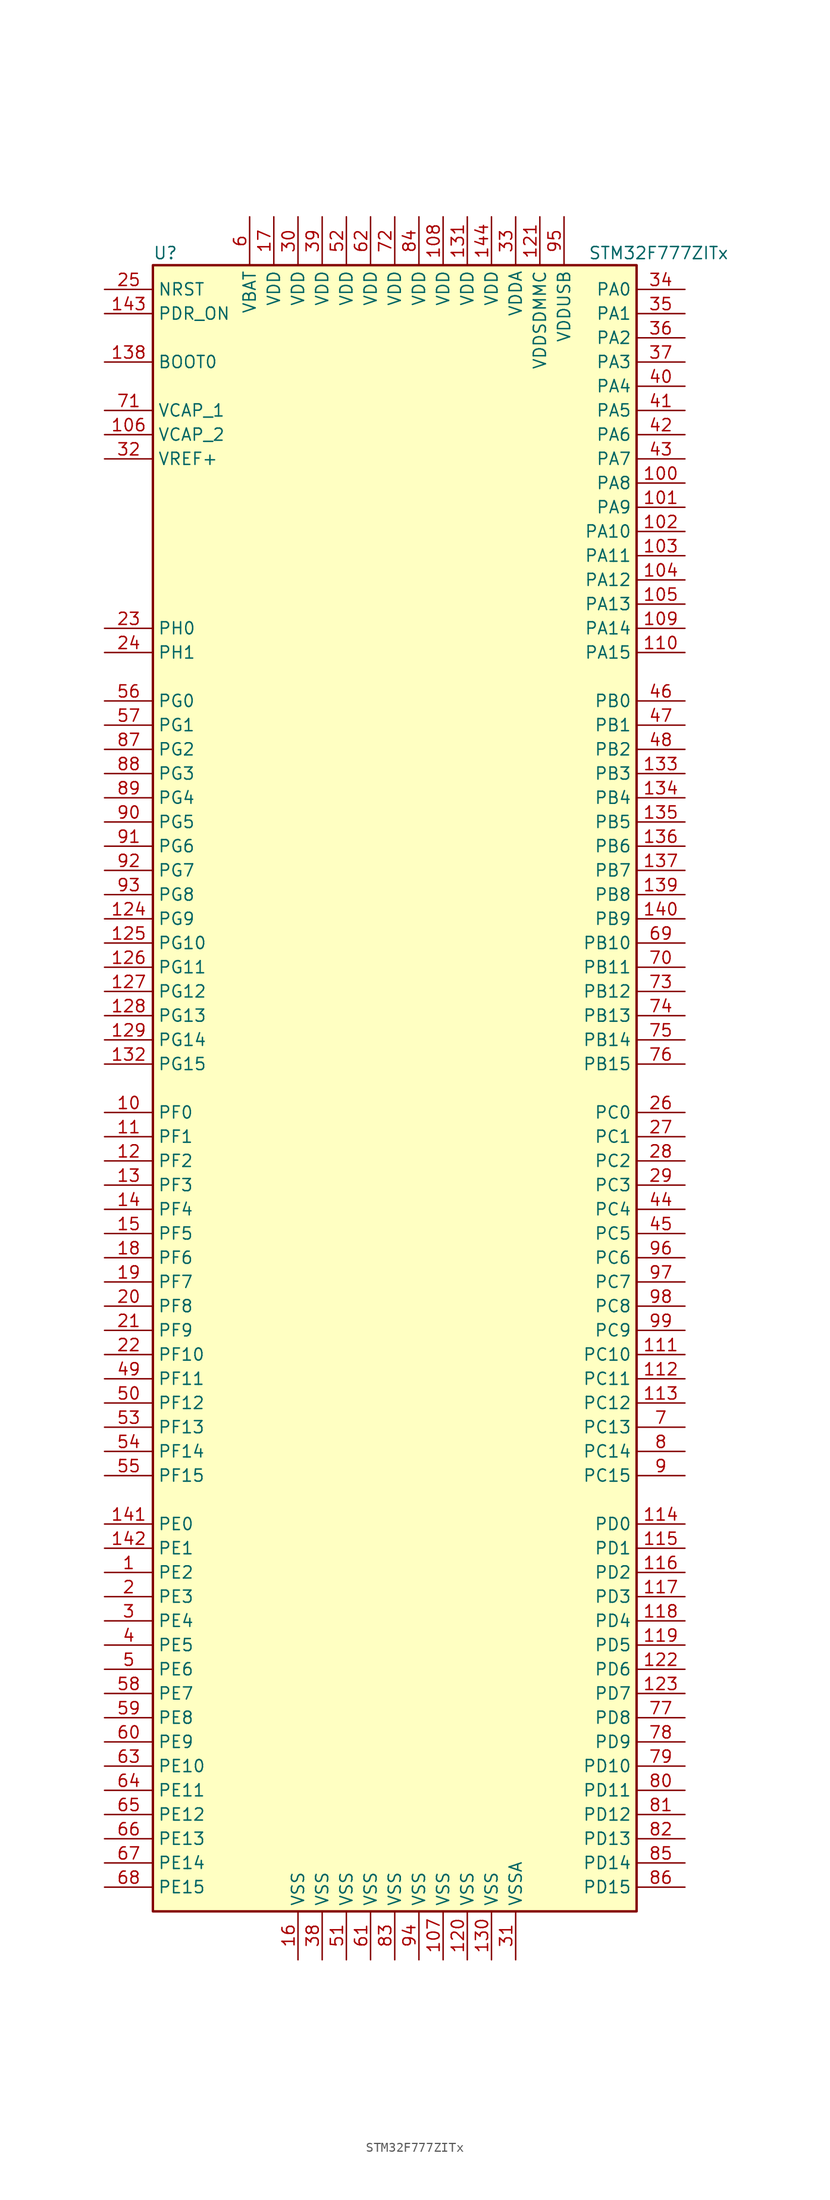
<source format=kicad_sym>
(kicad_symbol_lib
  (version 20211014)
  (generator kicad_symbol_editor)
  (symbol "STM32F777ZITx"
    (property "Reference" "U"
      (at -25.4 87.63 0)
      (effects (font (size 1.27 1.27)) (justify left)))
    (property "Value" "STM32F777ZITx"
      (at 20.32 87.63 0)
      (effects (font (size 1.27 1.27)) (justify left)))
    (symbol "STM32F777ZITx_0_1"
      (rectangle (start -25.4 -86.36) (end 25.4 86.36) (stroke (width 0.254) (type default) (color 0 0 0 0)) (fill (type background))))
    (symbol "STM32F777ZITx_1_1"
      (pin bidirectional line (at -30.48 -50.8 0) (length 5.08) (name "PE2" (effects (font (size 1.27 1.27)))) (number "1" (effects (font (size 1.27 1.27)))))
      (pin bidirectional line (at -30.48 -2.54 0) (length 5.08) (name "PF0" (effects (font (size 1.27 1.27)))) (number "10" (effects (font (size 1.27 1.27)))))
      (pin bidirectional line (at 30.48 63.5 180) (length 5.08) (name "PA8" (effects (font (size 1.27 1.27)))) (number "100" (effects (font (size 1.27 1.27)))))
      (pin bidirectional line (at 30.48 60.96 180) (length 5.08) (name "PA9" (effects (font (size 1.27 1.27)))) (number "101" (effects (font (size 1.27 1.27)))))
      (pin bidirectional line (at 30.48 58.42 180) (length 5.08) (name "PA10" (effects (font (size 1.27 1.27)))) (number "102" (effects (font (size 1.27 1.27)))))
      (pin bidirectional line (at 30.48 55.88 180) (length 5.08) (name "PA11" (effects (font (size 1.27 1.27)))) (number "103" (effects (font (size 1.27 1.27)))))
      (pin bidirectional line (at 30.48 53.34 180) (length 5.08) (name "PA12" (effects (font (size 1.27 1.27)))) (number "104" (effects (font (size 1.27 1.27)))))
      (pin bidirectional line (at 30.48 50.8 180) (length 5.08) (name "PA13" (effects (font (size 1.27 1.27)))) (number "105" (effects (font (size 1.27 1.27)))))
      (pin power_in line (at -30.48 68.58 0) (length 5.08) (name "VCAP_2" (effects (font (size 1.27 1.27)))) (number "106" (effects (font (size 1.27 1.27)))))
      (pin power_in line (at 5.08 -91.44 90) (length 5.08) (name "VSS" (effects (font (size 1.27 1.27)))) (number "107" (effects (font (size 1.27 1.27)))))
      (pin power_in line (at 5.08 91.44 270) (length 5.08) (name "VDD" (effects (font (size 1.27 1.27)))) (number "108" (effects (font (size 1.27 1.27)))))
      (pin bidirectional line (at 30.48 48.26 180) (length 5.08) (name "PA14" (effects (font (size 1.27 1.27)))) (number "109" (effects (font (size 1.27 1.27)))))
      (pin bidirectional line (at -30.48 -5.08 0) (length 5.08) (name "PF1" (effects (font (size 1.27 1.27)))) (number "11" (effects (font (size 1.27 1.27)))))
      (pin bidirectional line (at 30.48 45.72 180) (length 5.08) (name "PA15" (effects (font (size 1.27 1.27)))) (number "110" (effects (font (size 1.27 1.27)))))
      (pin bidirectional line (at 30.48 -27.94 180) (length 5.08) (name "PC10" (effects (font (size 1.27 1.27)))) (number "111" (effects (font (size 1.27 1.27)))))
      (pin bidirectional line (at 30.48 -30.48 180) (length 5.08) (name "PC11" (effects (font (size 1.27 1.27)))) (number "112" (effects (font (size 1.27 1.27)))))
      (pin bidirectional line (at 30.48 -33.02 180) (length 5.08) (name "PC12" (effects (font (size 1.27 1.27)))) (number "113" (effects (font (size 1.27 1.27)))))
      (pin bidirectional line (at 30.48 -45.72 180) (length 5.08) (name "PD0" (effects (font (size 1.27 1.27)))) (number "114" (effects (font (size 1.27 1.27)))))
      (pin bidirectional line (at 30.48 -48.26 180) (length 5.08) (name "PD1" (effects (font (size 1.27 1.27)))) (number "115" (effects (font (size 1.27 1.27)))))
      (pin bidirectional line (at 30.48 -50.8 180) (length 5.08) (name "PD2" (effects (font (size 1.27 1.27)))) (number "116" (effects (font (size 1.27 1.27)))))
      (pin bidirectional line (at 30.48 -53.34 180) (length 5.08) (name "PD3" (effects (font (size 1.27 1.27)))) (number "117" (effects (font (size 1.27 1.27)))))
      (pin bidirectional line (at 30.48 -55.88 180) (length 5.08) (name "PD4" (effects (font (size 1.27 1.27)))) (number "118" (effects (font (size 1.27 1.27)))))
      (pin bidirectional line (at 30.48 -58.42 180) (length 5.08) (name "PD5" (effects (font (size 1.27 1.27)))) (number "119" (effects (font (size 1.27 1.27)))))
      (pin bidirectional line (at -30.48 -7.62 0) (length 5.08) (name "PF2" (effects (font (size 1.27 1.27)))) (number "12" (effects (font (size 1.27 1.27)))))
      (pin power_in line (at 7.62 -91.44 90) (length 5.08) (name "VSS" (effects (font (size 1.27 1.27)))) (number "120" (effects (font (size 1.27 1.27)))))
      (pin power_in line (at 15.24 91.44 270) (length 5.08) (name "VDDSDMMC" (effects (font (size 1.27 1.27)))) (number "121" (effects (font (size 1.27 1.27)))))
      (pin bidirectional line (at 30.48 -60.96 180) (length 5.08) (name "PD6" (effects (font (size 1.27 1.27)))) (number "122" (effects (font (size 1.27 1.27)))))
      (pin bidirectional line (at 30.48 -63.5 180) (length 5.08) (name "PD7" (effects (font (size 1.27 1.27)))) (number "123" (effects (font (size 1.27 1.27)))))
      (pin bidirectional line (at -30.48 17.78 0) (length 5.08) (name "PG9" (effects (font (size 1.27 1.27)))) (number "124" (effects (font (size 1.27 1.27)))))
      (pin bidirectional line (at -30.48 15.24 0) (length 5.08) (name "PG10" (effects (font (size 1.27 1.27)))) (number "125" (effects (font (size 1.27 1.27)))))
      (pin bidirectional line (at -30.48 12.7 0) (length 5.08) (name "PG11" (effects (font (size 1.27 1.27)))) (number "126" (effects (font (size 1.27 1.27)))))
      (pin bidirectional line (at -30.48 10.16 0) (length 5.08) (name "PG12" (effects (font (size 1.27 1.27)))) (number "127" (effects (font (size 1.27 1.27)))))
      (pin bidirectional line (at -30.48 7.62 0) (length 5.08) (name "PG13" (effects (font (size 1.27 1.27)))) (number "128" (effects (font (size 1.27 1.27)))))
      (pin bidirectional line (at -30.48 5.08 0) (length 5.08) (name "PG14" (effects (font (size 1.27 1.27)))) (number "129" (effects (font (size 1.27 1.27)))))
      (pin bidirectional line (at -30.48 -10.16 0) (length 5.08) (name "PF3" (effects (font (size 1.27 1.27)))) (number "13" (effects (font (size 1.27 1.27)))))
      (pin power_in line (at 10.16 -91.44 90) (length 5.08) (name "VSS" (effects (font (size 1.27 1.27)))) (number "130" (effects (font (size 1.27 1.27)))))
      (pin power_in line (at 7.62 91.44 270) (length 5.08) (name "VDD" (effects (font (size 1.27 1.27)))) (number "131" (effects (font (size 1.27 1.27)))))
      (pin bidirectional line (at -30.48 2.54 0) (length 5.08) (name "PG15" (effects (font (size 1.27 1.27)))) (number "132" (effects (font (size 1.27 1.27)))))
      (pin bidirectional line (at 30.48 33.02 180) (length 5.08) (name "PB3" (effects (font (size 1.27 1.27)))) (number "133" (effects (font (size 1.27 1.27)))))
      (pin bidirectional line (at 30.48 30.48 180) (length 5.08) (name "PB4" (effects (font (size 1.27 1.27)))) (number "134" (effects (font (size 1.27 1.27)))))
      (pin bidirectional line (at 30.48 27.94 180) (length 5.08) (name "PB5" (effects (font (size 1.27 1.27)))) (number "135" (effects (font (size 1.27 1.27)))))
      (pin bidirectional line (at 30.48 25.4 180) (length 5.08) (name "PB6" (effects (font (size 1.27 1.27)))) (number "136" (effects (font (size 1.27 1.27)))))
      (pin bidirectional line (at 30.48 22.86 180) (length 5.08) (name "PB7" (effects (font (size 1.27 1.27)))) (number "137" (effects (font (size 1.27 1.27)))))
      (pin input line (at -30.48 76.2 0) (length 5.08) (name "BOOT0" (effects (font (size 1.27 1.27)))) (number "138" (effects (font (size 1.27 1.27)))))
      (pin bidirectional line (at 30.48 20.32 180) (length 5.08) (name "PB8" (effects (font (size 1.27 1.27)))) (number "139" (effects (font (size 1.27 1.27)))))
      (pin bidirectional line (at -30.48 -12.7 0) (length 5.08) (name "PF4" (effects (font (size 1.27 1.27)))) (number "14" (effects (font (size 1.27 1.27)))))
      (pin bidirectional line (at 30.48 17.78 180) (length 5.08) (name "PB9" (effects (font (size 1.27 1.27)))) (number "140" (effects (font (size 1.27 1.27)))))
      (pin bidirectional line (at -30.48 -45.72 0) (length 5.08) (name "PE0" (effects (font (size 1.27 1.27)))) (number "141" (effects (font (size 1.27 1.27)))))
      (pin bidirectional line (at -30.48 -48.26 0) (length 5.08) (name "PE1" (effects (font (size 1.27 1.27)))) (number "142" (effects (font (size 1.27 1.27)))))
      (pin input line (at -30.48 81.28 0) (length 5.08) (name "PDR_ON" (effects (font (size 1.27 1.27)))) (number "143" (effects (font (size 1.27 1.27)))))
      (pin power_in line (at 10.16 91.44 270) (length 5.08) (name "VDD" (effects (font (size 1.27 1.27)))) (number "144" (effects (font (size 1.27 1.27)))))
      (pin bidirectional line (at -30.48 -15.24 0) (length 5.08) (name "PF5" (effects (font (size 1.27 1.27)))) (number "15" (effects (font (size 1.27 1.27)))))
      (pin power_in line (at -10.16 -91.44 90) (length 5.08) (name "VSS" (effects (font (size 1.27 1.27)))) (number "16" (effects (font (size 1.27 1.27)))))
      (pin power_in line (at -12.7 91.44 270) (length 5.08) (name "VDD" (effects (font (size 1.27 1.27)))) (number "17" (effects (font (size 1.27 1.27)))))
      (pin bidirectional line (at -30.48 -17.78 0) (length 5.08) (name "PF6" (effects (font (size 1.27 1.27)))) (number "18" (effects (font (size 1.27 1.27)))))
      (pin bidirectional line (at -30.48 -20.32 0) (length 5.08) (name "PF7" (effects (font (size 1.27 1.27)))) (number "19" (effects (font (size 1.27 1.27)))))
      (pin bidirectional line (at -30.48 -53.34 0) (length 5.08) (name "PE3" (effects (font (size 1.27 1.27)))) (number "2" (effects (font (size 1.27 1.27)))))
      (pin bidirectional line (at -30.48 -22.86 0) (length 5.08) (name "PF8" (effects (font (size 1.27 1.27)))) (number "20" (effects (font (size 1.27 1.27)))))
      (pin bidirectional line (at -30.48 -25.4 0) (length 5.08) (name "PF9" (effects (font (size 1.27 1.27)))) (number "21" (effects (font (size 1.27 1.27)))))
      (pin bidirectional line (at -30.48 -27.94 0) (length 5.08) (name "PF10" (effects (font (size 1.27 1.27)))) (number "22" (effects (font (size 1.27 1.27)))))
      (pin input line (at -30.48 48.26 0) (length 5.08) (name "PH0" (effects (font (size 1.27 1.27)))) (number "23" (effects (font (size 1.27 1.27)))))
      (pin input line (at -30.48 45.72 0) (length 5.08) (name "PH1" (effects (font (size 1.27 1.27)))) (number "24" (effects (font (size 1.27 1.27)))))
      (pin input line (at -30.48 83.82 0) (length 5.08) (name "NRST" (effects (font (size 1.27 1.27)))) (number "25" (effects (font (size 1.27 1.27)))))
      (pin bidirectional line (at 30.48 -2.54 180) (length 5.08) (name "PC0" (effects (font (size 1.27 1.27)))) (number "26" (effects (font (size 1.27 1.27)))))
      (pin bidirectional line (at 30.48 -5.08 180) (length 5.08) (name "PC1" (effects (font (size 1.27 1.27)))) (number "27" (effects (font (size 1.27 1.27)))))
      (pin bidirectional line (at 30.48 -7.62 180) (length 5.08) (name "PC2" (effects (font (size 1.27 1.27)))) (number "28" (effects (font (size 1.27 1.27)))))
      (pin bidirectional line (at 30.48 -10.16 180) (length 5.08) (name "PC3" (effects (font (size 1.27 1.27)))) (number "29" (effects (font (size 1.27 1.27)))))
      (pin bidirectional line (at -30.48 -55.88 0) (length 5.08) (name "PE4" (effects (font (size 1.27 1.27)))) (number "3" (effects (font (size 1.27 1.27)))))
      (pin power_in line (at -10.16 91.44 270) (length 5.08) (name "VDD" (effects (font (size 1.27 1.27)))) (number "30" (effects (font (size 1.27 1.27)))))
      (pin power_in line (at 12.7 -91.44 90) (length 5.08) (name "VSSA" (effects (font (size 1.27 1.27)))) (number "31" (effects (font (size 1.27 1.27)))))
      (pin power_in line (at -30.48 66.04 0) (length 5.08) (name "VREF+" (effects (font (size 1.27 1.27)))) (number "32" (effects (font (size 1.27 1.27)))))
      (pin power_in line (at 12.7 91.44 270) (length 5.08) (name "VDDA" (effects (font (size 1.27 1.27)))) (number "33" (effects (font (size 1.27 1.27)))))
      (pin bidirectional line (at 30.48 83.82 180) (length 5.08) (name "PA0" (effects (font (size 1.27 1.27)))) (number "34" (effects (font (size 1.27 1.27)))))
      (pin bidirectional line (at 30.48 81.28 180) (length 5.08) (name "PA1" (effects (font (size 1.27 1.27)))) (number "35" (effects (font (size 1.27 1.27)))))
      (pin bidirectional line (at 30.48 78.74 180) (length 5.08) (name "PA2" (effects (font (size 1.27 1.27)))) (number "36" (effects (font (size 1.27 1.27)))))
      (pin bidirectional line (at 30.48 76.2 180) (length 5.08) (name "PA3" (effects (font (size 1.27 1.27)))) (number "37" (effects (font (size 1.27 1.27)))))
      (pin power_in line (at -7.62 -91.44 90) (length 5.08) (name "VSS" (effects (font (size 1.27 1.27)))) (number "38" (effects (font (size 1.27 1.27)))))
      (pin power_in line (at -7.62 91.44 270) (length 5.08) (name "VDD" (effects (font (size 1.27 1.27)))) (number "39" (effects (font (size 1.27 1.27)))))
      (pin bidirectional line (at -30.48 -58.42 0) (length 5.08) (name "PE5" (effects (font (size 1.27 1.27)))) (number "4" (effects (font (size 1.27 1.27)))))
      (pin bidirectional line (at 30.48 73.66 180) (length 5.08) (name "PA4" (effects (font (size 1.27 1.27)))) (number "40" (effects (font (size 1.27 1.27)))))
      (pin bidirectional line (at 30.48 71.12 180) (length 5.08) (name "PA5" (effects (font (size 1.27 1.27)))) (number "41" (effects (font (size 1.27 1.27)))))
      (pin bidirectional line (at 30.48 68.58 180) (length 5.08) (name "PA6" (effects (font (size 1.27 1.27)))) (number "42" (effects (font (size 1.27 1.27)))))
      (pin bidirectional line (at 30.48 66.04 180) (length 5.08) (name "PA7" (effects (font (size 1.27 1.27)))) (number "43" (effects (font (size 1.27 1.27)))))
      (pin bidirectional line (at 30.48 -12.7 180) (length 5.08) (name "PC4" (effects (font (size 1.27 1.27)))) (number "44" (effects (font (size 1.27 1.27)))))
      (pin bidirectional line (at 30.48 -15.24 180) (length 5.08) (name "PC5" (effects (font (size 1.27 1.27)))) (number "45" (effects (font (size 1.27 1.27)))))
      (pin bidirectional line (at 30.48 40.64 180) (length 5.08) (name "PB0" (effects (font (size 1.27 1.27)))) (number "46" (effects (font (size 1.27 1.27)))))
      (pin bidirectional line (at 30.48 38.1 180) (length 5.08) (name "PB1" (effects (font (size 1.27 1.27)))) (number "47" (effects (font (size 1.27 1.27)))))
      (pin bidirectional line (at 30.48 35.56 180) (length 5.08) (name "PB2" (effects (font (size 1.27 1.27)))) (number "48" (effects (font (size 1.27 1.27)))))
      (pin bidirectional line (at -30.48 -30.48 0) (length 5.08) (name "PF11" (effects (font (size 1.27 1.27)))) (number "49" (effects (font (size 1.27 1.27)))))
      (pin bidirectional line (at -30.48 -60.96 0) (length 5.08) (name "PE6" (effects (font (size 1.27 1.27)))) (number "5" (effects (font (size 1.27 1.27)))))
      (pin bidirectional line (at -30.48 -33.02 0) (length 5.08) (name "PF12" (effects (font (size 1.27 1.27)))) (number "50" (effects (font (size 1.27 1.27)))))
      (pin power_in line (at -5.08 -91.44 90) (length 5.08) (name "VSS" (effects (font (size 1.27 1.27)))) (number "51" (effects (font (size 1.27 1.27)))))
      (pin power_in line (at -5.08 91.44 270) (length 5.08) (name "VDD" (effects (font (size 1.27 1.27)))) (number "52" (effects (font (size 1.27 1.27)))))
      (pin bidirectional line (at -30.48 -35.56 0) (length 5.08) (name "PF13" (effects (font (size 1.27 1.27)))) (number "53" (effects (font (size 1.27 1.27)))))
      (pin bidirectional line (at -30.48 -38.1 0) (length 5.08) (name "PF14" (effects (font (size 1.27 1.27)))) (number "54" (effects (font (size 1.27 1.27)))))
      (pin bidirectional line (at -30.48 -40.64 0) (length 5.08) (name "PF15" (effects (font (size 1.27 1.27)))) (number "55" (effects (font (size 1.27 1.27)))))
      (pin bidirectional line (at -30.48 40.64 0) (length 5.08) (name "PG0" (effects (font (size 1.27 1.27)))) (number "56" (effects (font (size 1.27 1.27)))))
      (pin bidirectional line (at -30.48 38.1 0) (length 5.08) (name "PG1" (effects (font (size 1.27 1.27)))) (number "57" (effects (font (size 1.27 1.27)))))
      (pin bidirectional line (at -30.48 -63.5 0) (length 5.08) (name "PE7" (effects (font (size 1.27 1.27)))) (number "58" (effects (font (size 1.27 1.27)))))
      (pin bidirectional line (at -30.48 -66.04 0) (length 5.08) (name "PE8" (effects (font (size 1.27 1.27)))) (number "59" (effects (font (size 1.27 1.27)))))
      (pin power_in line (at -15.24 91.44 270) (length 5.08) (name "VBAT" (effects (font (size 1.27 1.27)))) (number "6" (effects (font (size 1.27 1.27)))))
      (pin bidirectional line (at -30.48 -68.58 0) (length 5.08) (name "PE9" (effects (font (size 1.27 1.27)))) (number "60" (effects (font (size 1.27 1.27)))))
      (pin power_in line (at -2.54 -91.44 90) (length 5.08) (name "VSS" (effects (font (size 1.27 1.27)))) (number "61" (effects (font (size 1.27 1.27)))))
      (pin power_in line (at -2.54 91.44 270) (length 5.08) (name "VDD" (effects (font (size 1.27 1.27)))) (number "62" (effects (font (size 1.27 1.27)))))
      (pin bidirectional line (at -30.48 -71.12 0) (length 5.08) (name "PE10" (effects (font (size 1.27 1.27)))) (number "63" (effects (font (size 1.27 1.27)))))
      (pin bidirectional line (at -30.48 -73.66 0) (length 5.08) (name "PE11" (effects (font (size 1.27 1.27)))) (number "64" (effects (font (size 1.27 1.27)))))
      (pin bidirectional line (at -30.48 -76.2 0) (length 5.08) (name "PE12" (effects (font (size 1.27 1.27)))) (number "65" (effects (font (size 1.27 1.27)))))
      (pin bidirectional line (at -30.48 -78.74 0) (length 5.08) (name "PE13" (effects (font (size 1.27 1.27)))) (number "66" (effects (font (size 1.27 1.27)))))
      (pin bidirectional line (at -30.48 -81.28 0) (length 5.08) (name "PE14" (effects (font (size 1.27 1.27)))) (number "67" (effects (font (size 1.27 1.27)))))
      (pin bidirectional line (at -30.48 -83.82 0) (length 5.08) (name "PE15" (effects (font (size 1.27 1.27)))) (number "68" (effects (font (size 1.27 1.27)))))
      (pin bidirectional line (at 30.48 15.24 180) (length 5.08) (name "PB10" (effects (font (size 1.27 1.27)))) (number "69" (effects (font (size 1.27 1.27)))))
      (pin bidirectional line (at 30.48 -35.56 180) (length 5.08) (name "PC13" (effects (font (size 1.27 1.27)))) (number "7" (effects (font (size 1.27 1.27)))))
      (pin bidirectional line (at 30.48 12.7 180) (length 5.08) (name "PB11" (effects (font (size 1.27 1.27)))) (number "70" (effects (font (size 1.27 1.27)))))
      (pin power_in line (at -30.48 71.12 0) (length 5.08) (name "VCAP_1" (effects (font (size 1.27 1.27)))) (number "71" (effects (font (size 1.27 1.27)))))
      (pin power_in line (at 0 91.44 270) (length 5.08) (name "VDD" (effects (font (size 1.27 1.27)))) (number "72" (effects (font (size 1.27 1.27)))))
      (pin bidirectional line (at 30.48 10.16 180) (length 5.08) (name "PB12" (effects (font (size 1.27 1.27)))) (number "73" (effects (font (size 1.27 1.27)))))
      (pin bidirectional line (at 30.48 7.62 180) (length 5.08) (name "PB13" (effects (font (size 1.27 1.27)))) (number "74" (effects (font (size 1.27 1.27)))))
      (pin bidirectional line (at 30.48 5.08 180) (length 5.08) (name "PB14" (effects (font (size 1.27 1.27)))) (number "75" (effects (font (size 1.27 1.27)))))
      (pin bidirectional line (at 30.48 2.54 180) (length 5.08) (name "PB15" (effects (font (size 1.27 1.27)))) (number "76" (effects (font (size 1.27 1.27)))))
      (pin bidirectional line (at 30.48 -66.04 180) (length 5.08) (name "PD8" (effects (font (size 1.27 1.27)))) (number "77" (effects (font (size 1.27 1.27)))))
      (pin bidirectional line (at 30.48 -68.58 180) (length 5.08) (name "PD9" (effects (font (size 1.27 1.27)))) (number "78" (effects (font (size 1.27 1.27)))))
      (pin bidirectional line (at 30.48 -71.12 180) (length 5.08) (name "PD10" (effects (font (size 1.27 1.27)))) (number "79" (effects (font (size 1.27 1.27)))))
      (pin bidirectional line (at 30.48 -38.1 180) (length 5.08) (name "PC14" (effects (font (size 1.27 1.27)))) (number "8" (effects (font (size 1.27 1.27)))))
      (pin bidirectional line (at 30.48 -73.66 180) (length 5.08) (name "PD11" (effects (font (size 1.27 1.27)))) (number "80" (effects (font (size 1.27 1.27)))))
      (pin bidirectional line (at 30.48 -76.2 180) (length 5.08) (name "PD12" (effects (font (size 1.27 1.27)))) (number "81" (effects (font (size 1.27 1.27)))))
      (pin bidirectional line (at 30.48 -78.74 180) (length 5.08) (name "PD13" (effects (font (size 1.27 1.27)))) (number "82" (effects (font (size 1.27 1.27)))))
      (pin power_in line (at 0 -91.44 90) (length 5.08) (name "VSS" (effects (font (size 1.27 1.27)))) (number "83" (effects (font (size 1.27 1.27)))))
      (pin power_in line (at 2.54 91.44 270) (length 5.08) (name "VDD" (effects (font (size 1.27 1.27)))) (number "84" (effects (font (size 1.27 1.27)))))
      (pin bidirectional line (at 30.48 -81.28 180) (length 5.08) (name "PD14" (effects (font (size 1.27 1.27)))) (number "85" (effects (font (size 1.27 1.27)))))
      (pin bidirectional line (at 30.48 -83.82 180) (length 5.08) (name "PD15" (effects (font (size 1.27 1.27)))) (number "86" (effects (font (size 1.27 1.27)))))
      (pin bidirectional line (at -30.48 35.56 0) (length 5.08) (name "PG2" (effects (font (size 1.27 1.27)))) (number "87" (effects (font (size 1.27 1.27)))))
      (pin bidirectional line (at -30.48 33.02 0) (length 5.08) (name "PG3" (effects (font (size 1.27 1.27)))) (number "88" (effects (font (size 1.27 1.27)))))
      (pin bidirectional line (at -30.48 30.48 0) (length 5.08) (name "PG4" (effects (font (size 1.27 1.27)))) (number "89" (effects (font (size 1.27 1.27)))))
      (pin bidirectional line (at 30.48 -40.64 180) (length 5.08) (name "PC15" (effects (font (size 1.27 1.27)))) (number "9" (effects (font (size 1.27 1.27)))))
      (pin bidirectional line (at -30.48 27.94 0) (length 5.08) (name "PG5" (effects (font (size 1.27 1.27)))) (number "90" (effects (font (size 1.27 1.27)))))
      (pin bidirectional line (at -30.48 25.4 0) (length 5.08) (name "PG6" (effects (font (size 1.27 1.27)))) (number "91" (effects (font (size 1.27 1.27)))))
      (pin bidirectional line (at -30.48 22.86 0) (length 5.08) (name "PG7" (effects (font (size 1.27 1.27)))) (number "92" (effects (font (size 1.27 1.27)))))
      (pin bidirectional line (at -30.48 20.32 0) (length 5.08) (name "PG8" (effects (font (size 1.27 1.27)))) (number "93" (effects (font (size 1.27 1.27)))))
      (pin power_in line (at 2.54 -91.44 90) (length 5.08) (name "VSS" (effects (font (size 1.27 1.27)))) (number "94" (effects (font (size 1.27 1.27)))))
      (pin power_in line (at 17.78 91.44 270) (length 5.08) (name "VDDUSB" (effects (font (size 1.27 1.27)))) (number "95" (effects (font (size 1.27 1.27)))))
      (pin bidirectional line (at 30.48 -17.78 180) (length 5.08) (name "PC6" (effects (font (size 1.27 1.27)))) (number "96" (effects (font (size 1.27 1.27)))))
      (pin bidirectional line (at 30.48 -20.32 180) (length 5.08) (name "PC7" (effects (font (size 1.27 1.27)))) (number "97" (effects (font (size 1.27 1.27)))))
      (pin bidirectional line (at 30.48 -22.86 180) (length 5.08) (name "PC8" (effects (font (size 1.27 1.27)))) (number "98" (effects (font (size 1.27 1.27)))))
      (pin bidirectional line (at 30.48 -25.4 180) (length 5.08) (name "PC9" (effects (font (size 1.27 1.27)))) (number "99" (effects (font (size 1.27 1.27))))))))
</source>
